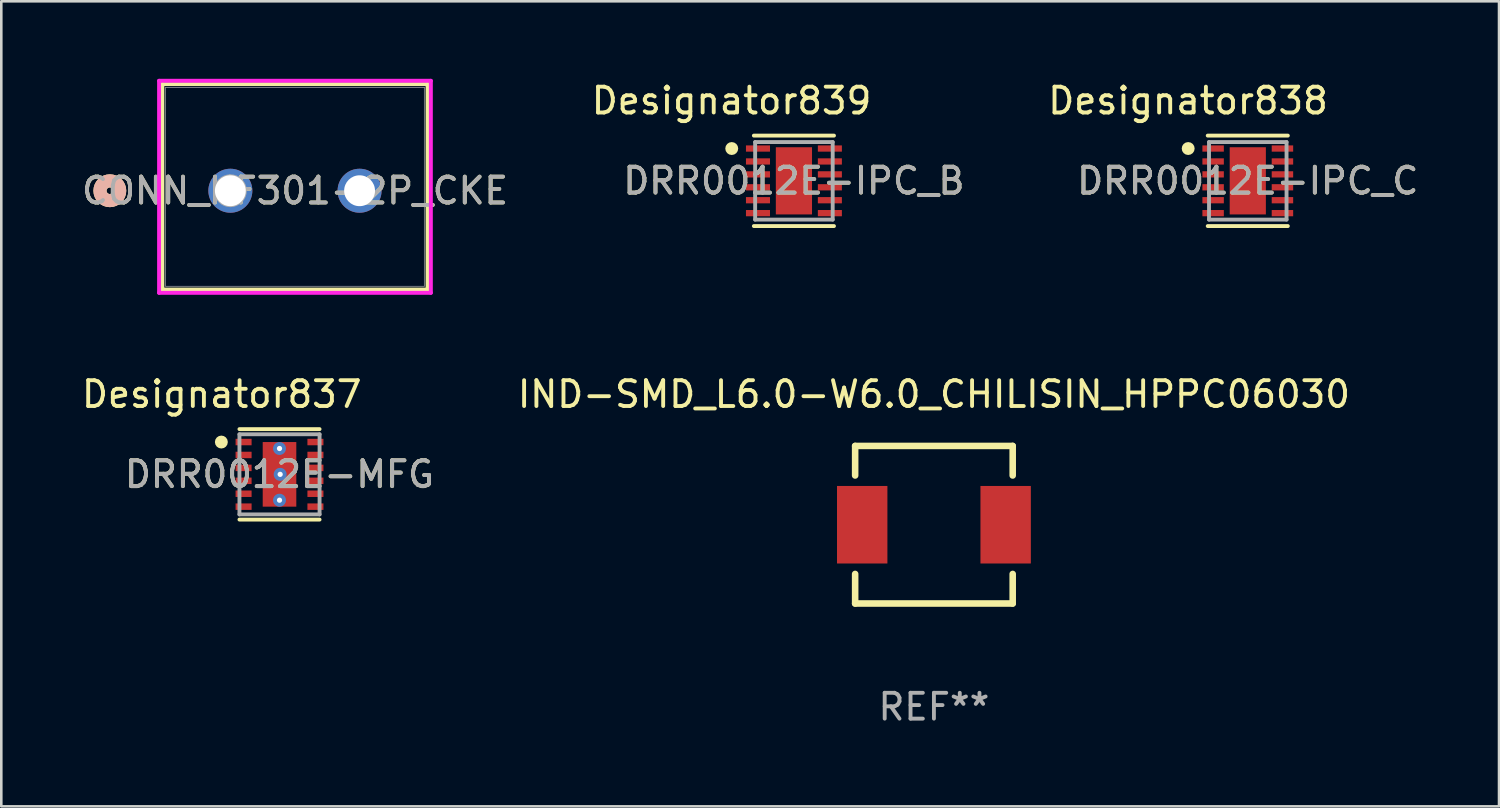
<source format=kicad_pcb>
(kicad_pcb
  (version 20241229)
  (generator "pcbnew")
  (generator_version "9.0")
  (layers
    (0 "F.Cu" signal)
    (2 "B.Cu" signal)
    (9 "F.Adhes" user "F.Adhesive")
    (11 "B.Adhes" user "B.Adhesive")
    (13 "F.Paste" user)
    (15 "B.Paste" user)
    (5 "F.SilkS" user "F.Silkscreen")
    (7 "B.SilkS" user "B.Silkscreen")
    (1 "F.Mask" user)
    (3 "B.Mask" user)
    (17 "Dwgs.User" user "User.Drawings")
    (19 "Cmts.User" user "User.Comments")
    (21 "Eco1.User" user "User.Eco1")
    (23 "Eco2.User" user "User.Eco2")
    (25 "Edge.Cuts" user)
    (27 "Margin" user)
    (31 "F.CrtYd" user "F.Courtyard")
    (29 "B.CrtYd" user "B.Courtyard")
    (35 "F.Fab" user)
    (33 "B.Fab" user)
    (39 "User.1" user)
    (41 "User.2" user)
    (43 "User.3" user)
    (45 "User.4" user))
  (footprint "CONN_KF301-2P_CKE"
    (layer "F.Cu")
    (at 5.863 4.33)
    (property "Reference" "CONN_KF301-2P_CKE" (at 2.5 0 0) (unlocked yes) (layer "F.SilkS") (effects (font (size 1 1) (thickness 0.15))))
    (attr through_hole)
    (fp_line (start -2.631 -4.127) (end -2.631 3.823) (stroke (width 0.152) (type solid)) (layer "F.SilkS"))
    (fp_line (start -2.631 3.823) (end 7.631 3.823) (stroke (width 0.152) (type solid)) (layer "F.SilkS"))
    (fp_line (start 7.631 -4.127) (end -2.631 -4.127) (stroke (width 0.152) (type solid)) (layer "F.SilkS"))
    (fp_line (start 7.631 3.823) (end 7.631 -4.127) (stroke (width 0.152) (type solid)) (layer "F.SilkS"))
    (fp_circle (center -4.663 0) (end -4.282 0) (stroke (width 0.508) (type solid)) (fill no) (layer "F.SilkS"))
    (fp_circle (center -4.663 0) (end -4.282 0) (stroke (width 0.508) (type solid)) (fill no) (layer "B.SilkS"))
    (fp_line (start -2.758 -4.254) (end -2.758 3.95) (stroke (width 0.152) (type solid)) (layer "F.CrtYd"))
    (fp_line (start -2.758 3.95) (end 7.758 3.95) (stroke (width 0.152) (type solid)) (layer "F.CrtYd"))
    (fp_line (start 7.758 -4.254) (end -2.758 -4.254) (stroke (width 0.152) (type solid)) (layer "F.CrtYd"))
    (fp_line (start 7.758 3.95) (end 7.758 -4.254) (stroke (width 0.152) (type solid)) (layer "F.CrtYd"))
    (fp_line (start -2.504 -4) (end -2.504 3.696) (stroke (width 0.025) (type solid)) (layer "F.Fab"))
    (fp_line (start -2.504 3.696) (end 7.504 3.696) (stroke (width 0.025) (type solid)) (layer "F.Fab"))
    (fp_line (start 7.504 -4) (end -2.504 -4) (stroke (width 0.025) (type solid)) (layer "F.Fab"))
    (fp_line (start 7.504 3.696) (end 7.504 -4) (stroke (width 0.025) (type solid)) (layer "F.Fab"))
    (fp_circle (center 0 0) (end 0.381 0) (stroke (width 0.508) (type solid)) (fill no) (layer "F.Fab"))
    (fp_text user "${REFERENCE}" (at 2.5 0 0) (unlocked yes) (layer "F.Fab") (effects (font (size 1 1) (thickness 0.15))))
    (pad "1" thru_hole circle (at 0 0) (size 1.702 1.702) (drill 1.194) (layers "*.Cu" "*.Mask"))
    (pad "2" thru_hole circle (at 5 0) (size 1.702 1.702) (drill 1.194) (layers "*.Cu" "*.Mask")))
  (footprint "DRR0012E-IPC_C"
    (layer "F.Cu")
    (at 45.23 3.947)
    (property "Reference" "DRR0012E-IPC_C" (at 0 0 0) (unlocked yes) (layer "F.SilkS") (effects (font (size 1 1) (thickness 0.15))))
    (attr smd)
    (fp_line (start -1.55 -1.75) (end 1.55 -1.75) (stroke (width 0.15) (type solid)) (layer "F.SilkS"))
    (fp_line (start -1.55 1.75) (end 1.55 1.75) (stroke (width 0.15) (type solid)) (layer "F.SilkS"))
    (fp_circle (center -2.306 -1.25) (end -2.181 -1.25) (stroke (width 0.25) (type solid)) (fill no) (layer "F.SilkS"))
    (fp_poly (pts (xy -0.374 0.974) (xy 0.374 0.974) (xy 0.374 -0.974) (xy -0.374 -0.974)) (stroke (width 0) (type solid)) (fill yes) (layer "F.Paste"))
    (fp_line (start -1.5 -1.5) (end 1.5 -1.5) (stroke (width 0.15) (type solid)) (layer "F.Fab"))
    (fp_line (start -1.5 1.5) (end -1.5 -1.5) (stroke (width 0.15) (type solid)) (layer "F.Fab"))
    (fp_line (start -1.5 1.5) (end 1.5 1.5) (stroke (width 0.15) (type solid)) (layer "F.Fab"))
    (fp_line (start 1.5 1.5) (end 1.5 -1.5) (stroke (width 0.15) (type solid)) (layer "F.Fab"))
    (fp_text user "Designator838" (at -2.311 -3.099 0) (unlocked yes) (layer "F.SilkS") (effects (font (size 1 1) (thickness 0.15))))
    (fp_text user "${REFERENCE}" (at 0 0 0) (unlocked yes) (layer "F.Fab") (effects (font (size 1 1) (thickness 0.15))))
    (pad "1" smd rect (at -1.341 -1.25) (size 0.83 0.242) (layers "F.Cu" "F.Mask" "F.Paste"))
    (pad "2" smd rect (at -1.341 -0.75) (size 0.83 0.242) (layers "F.Cu" "F.Mask" "F.Paste"))
    (pad "3" smd rect (at -1.341 -0.25) (size 0.83 0.242) (layers "F.Cu" "F.Mask" "F.Paste"))
    (pad "4" smd rect (at -1.341 0.25) (size 0.83 0.242) (layers "F.Cu" "F.Mask" "F.Paste"))
    (pad "5" smd rect (at -1.341 0.75) (size 0.83 0.242) (layers "F.Cu" "F.Mask" "F.Paste"))
    (pad "6" smd rect (at -1.341 1.25) (size 0.83 0.242) (layers "F.Cu" "F.Mask" "F.Paste"))
    (pad "7" smd rect (at 1.341 1.25) (size 0.83 0.242) (layers "F.Cu" "F.Mask" "F.Paste"))
    (pad "8" smd rect (at 1.341 0.75) (size 0.83 0.242) (layers "F.Cu" "F.Mask" "F.Paste"))
    (pad "9" smd rect (at 1.341 0.25) (size 0.83 0.242) (layers "F.Cu" "F.Mask" "F.Paste"))
    (pad "10" smd rect (at 1.341 -0.25) (size 0.83 0.242) (layers "F.Cu" "F.Mask" "F.Paste"))
    (pad "11" smd rect (at 1.341 -0.75) (size 0.83 0.242) (layers "F.Cu" "F.Mask" "F.Paste"))
    (pad "12" smd rect (at 1.341 -1.25) (size 0.83 0.242) (layers "F.Cu" "F.Mask" "F.Paste"))
    (pad "13" smd rect (at 0 0) (size 1.4 2.6) (layers "F.Cu" "F.Mask")))
  (footprint "DRR0012E-IPC_B"
    (layer "F.Cu")
    (at 27.669 3.947)
    (property "Reference" "DRR0012E-IPC_B" (at 0 0 0) (unlocked yes) (layer "F.SilkS") (effects (font (size 1 1) (thickness 0.15))))
    (attr smd)
    (fp_line (start -1.55 -1.75) (end 1.55 -1.75) (stroke (width 0.15) (type solid)) (layer "F.SilkS"))
    (fp_line (start -1.55 1.75) (end 1.55 1.75) (stroke (width 0.15) (type solid)) (layer "F.SilkS"))
    (fp_circle (center -2.406 -1.25) (end -2.281 -1.25) (stroke (width 0.25) (type solid)) (fill no) (layer "F.SilkS"))
    (fp_poly (pts (xy -0.374 0.974) (xy 0.374 0.974) (xy 0.374 -0.974) (xy -0.374 -0.974)) (stroke (width 0) (type solid)) (fill yes) (layer "F.Paste"))
    (fp_line (start -1.5 -1.5) (end 1.5 -1.5) (stroke (width 0.15) (type solid)) (layer "F.Fab"))
    (fp_line (start -1.5 1.5) (end -1.5 -1.5) (stroke (width 0.15) (type solid)) (layer "F.Fab"))
    (fp_line (start -1.5 1.5) (end 1.5 1.5) (stroke (width 0.15) (type solid)) (layer "F.Fab"))
    (fp_line (start 1.5 1.5) (end 1.5 -1.5) (stroke (width 0.15) (type solid)) (layer "F.Fab"))
    (fp_text user "Designator839" (at -2.413 -3.099 0) (unlocked yes) (layer "F.SilkS") (effects (font (size 1 1) (thickness 0.15))))
    (fp_text user "${REFERENCE}" (at 0 0 0) (unlocked yes) (layer "F.Fab") (effects (font (size 1 1) (thickness 0.15))))
    (pad "1" smd rect (at -1.391 -1.25) (size 0.93 0.242) (layers "F.Cu" "F.Mask" "F.Paste"))
    (pad "2" smd rect (at -1.391 -0.75) (size 0.93 0.242) (layers "F.Cu" "F.Mask" "F.Paste"))
    (pad "3" smd rect (at -1.391 -0.25) (size 0.93 0.242) (layers "F.Cu" "F.Mask" "F.Paste"))
    (pad "4" smd rect (at -1.391 0.25) (size 0.93 0.242) (layers "F.Cu" "F.Mask" "F.Paste"))
    (pad "5" smd rect (at -1.391 0.75) (size 0.93 0.242) (layers "F.Cu" "F.Mask" "F.Paste"))
    (pad "6" smd rect (at -1.391 1.25) (size 0.93 0.242) (layers "F.Cu" "F.Mask" "F.Paste"))
    (pad "7" smd rect (at 1.391 1.25) (size 0.93 0.242) (layers "F.Cu" "F.Mask" "F.Paste"))
    (pad "8" smd rect (at 1.391 0.75) (size 0.93 0.242) (layers "F.Cu" "F.Mask" "F.Paste"))
    (pad "9" smd rect (at 1.391 0.25) (size 0.93 0.242) (layers "F.Cu" "F.Mask" "F.Paste"))
    (pad "10" smd rect (at 1.391 -0.25) (size 0.93 0.242) (layers "F.Cu" "F.Mask" "F.Paste"))
    (pad "11" smd rect (at 1.391 -0.75) (size 0.93 0.242) (layers "F.Cu" "F.Mask" "F.Paste"))
    (pad "12" smd rect (at 1.391 -1.25) (size 0.93 0.242) (layers "F.Cu" "F.Mask" "F.Paste"))
    (pad "13" smd rect (at 0 0) (size 1.4 2.6) (layers "F.Cu" "F.Mask")))
  (footprint "DRR0012E-MFG"
    (layer "F.Cu")
    (at 7.765 15.304)
    (property "Reference" "DRR0012E-MFG" (at 0 0 0) (unlocked yes) (layer "F.SilkS") (effects (font (size 1 1) (thickness 0.15))))
    (attr smd)
    (fp_line (start -1.55 -1.75) (end 1.55 -1.75) (stroke (width 0.15) (type solid)) (layer "F.SilkS"))
    (fp_line (start -1.55 1.75) (end 1.55 1.75) (stroke (width 0.15) (type solid)) (layer "F.SilkS"))
    (fp_circle (center -2.25 -1.25) (end -2.125 -1.25) (stroke (width 0.25) (type solid)) (fill no) (layer "F.SilkS"))
    (fp_poly (pts (xy 0.605 -0.15) (xy 0.555 -0.1) (xy -0.555 -0.1) (xy -0.605 -0.15) (xy -0.605 -1.15) (xy -0.555 -1.2) (xy 0.555 -1.2) (xy 0.605 -1.15)) (stroke (width 0) (type solid)) (fill yes) (layer "F.Paste"))
    (fp_poly (pts (xy 0.605 1.15) (xy 0.555 1.2) (xy -0.555 1.2) (xy -0.605 1.15) (xy -0.605 0.15) (xy -0.555 0.1) (xy 0.555 0.1) (xy 0.605 0.15)) (stroke (width 0) (type solid)) (fill yes) (layer "F.Paste"))
    (fp_line (start -1.55 -1.55) (end 1.55 -1.55) (stroke (width 0.15) (type solid)) (layer "F.Fab"))
    (fp_line (start -1.55 1.55) (end -1.55 -1.55) (stroke (width 0.15) (type solid)) (layer "F.Fab"))
    (fp_line (start -1.55 1.55) (end 1.55 1.55) (stroke (width 0.15) (type solid)) (layer "F.Fab"))
    (fp_line (start 1.55 1.55) (end 1.55 -1.55) (stroke (width 0.15) (type solid)) (layer "F.Fab"))
    (fp_text user "Designator837" (at -2.235 -3.099 0) (unlocked yes) (layer "F.SilkS") (effects (font (size 1 1) (thickness 0.15))))
    (fp_text user "${REFERENCE}" (at 0 0 0) (unlocked yes) (layer "F.Fab") (effects (font (size 1 1) (thickness 0.15))))
    (pad "1" smd rect (at -1.39 -1.25) (size 0.62 0.25) (layers "F.Cu" "F.Mask" "F.Paste"))
    (pad "2" smd rect (at -1.39 -0.75) (size 0.62 0.25) (layers "F.Cu" "F.Mask" "F.Paste"))
    (pad "3" smd rect (at -1.39 -0.25) (size 0.62 0.25) (layers "F.Cu" "F.Mask" "F.Paste"))
    (pad "4" smd rect (at -1.39 0.25) (size 0.62 0.25) (layers "F.Cu" "F.Mask" "F.Paste"))
    (pad "5" smd rect (at -1.39 0.75) (size 0.62 0.25) (layers "F.Cu" "F.Mask" "F.Paste"))
    (pad "6" smd rect (at -1.39 1.25) (size 0.62 0.25) (layers "F.Cu" "F.Mask" "F.Paste"))
    (pad "7" smd rect (at 1.39 1.25) (size 0.62 0.25) (layers "F.Cu" "F.Mask" "F.Paste"))
    (pad "8" smd rect (at 1.39 0.75) (size 0.62 0.25) (layers "F.Cu" "F.Mask" "F.Paste"))
    (pad "9" smd rect (at 1.39 0.25) (size 0.62 0.25) (layers "F.Cu" "F.Mask" "F.Paste"))
    (pad "10" smd rect (at 1.39 -0.25) (size 0.62 0.25) (layers "F.Cu" "F.Mask" "F.Paste"))
    (pad "11" smd rect (at 1.39 -0.75) (size 0.62 0.25) (layers "F.Cu" "F.Mask" "F.Paste"))
    (pad "12" smd rect (at 1.39 -1.25) (size 0.62 0.25) (layers "F.Cu" "F.Mask" "F.Paste"))
    (pad "13" smd rect (at 0 0) (size 1.3 2.5) (layers "F.Cu" "F.Mask"))
    (pad "14" thru_hole circle (at 0 -1) (size 0.5 0.5) (drill 0.203) (layers "*.Cu" "*.Mask"))
    (pad "15" thru_hole circle (at 0.025 0) (size 0.5 0.5) (drill 0.203) (layers "*.Cu" "*.Mask"))
    (pad "16" thru_hole circle (at 0 1) (size 0.5 0.5) (drill 0.203) (layers "*.Cu" "*.Mask")))
  (footprint "IND-SMD_L6.0-W6.0_CHILISIN_HPPC06030"
    (layer "F.Cu")
    (at 33.086 17.253)
    (property "Reference" "IND-SMD_L6.0-W6.0_CHILISIN_HPPC06030" (at 0 -5.048 0) (layer "F.SilkS") (effects (font (size 1 1) (thickness 0.15))))
    (attr smd)
    (fp_line (start -3.048 -3.048) (end 3.048 -3.048) (stroke (width 0.254) (type solid)) (layer "F.SilkS"))
    (fp_line (start -3.048 -1.905) (end -3.048 -3.048) (stroke (width 0.254) (type solid)) (layer "F.SilkS"))
    (fp_line (start -3.048 3.048) (end -3.048 1.905) (stroke (width 0.254) (type solid)) (layer "F.SilkS"))
    (fp_line (start 3.048 -3.048) (end 3.048 -1.905) (stroke (width 0.254) (type solid)) (layer "F.SilkS"))
    (fp_line (start 3.048 1.905) (end 3.048 3.048) (stroke (width 0.254) (type solid)) (layer "F.SilkS"))
    (fp_line (start 3.048 3.048) (end -3.048 3.048) (stroke (width 0.254) (type solid)) (layer "F.SilkS"))
    (fp_circle (center -3 3) (end -2.97 3) (stroke (width 0.06) (type solid)) (fill no) (layer "F.SilkS"))
    (fp_text user "REF**" (at 0 7.048 0) (layer "F.Fab") (effects (font (size 1 1) (thickness 0.15))))
    (pad "1" smd rect (at -2.775 0 180) (size 1.95 3) (layers "F.Cu" "F.Mask" "F.Paste"))
    (pad "2" smd rect (at 2.775 0 180) (size 1.95 3) (layers "F.Cu" "F.Mask" "F.Paste")))
  (gr_rect
    (start -3 -3)
    (end 54.951 28.149)
    (stroke (width 0.1) (type default))
    (fill no)
    (layer "Edge.Cuts")))
</source>
